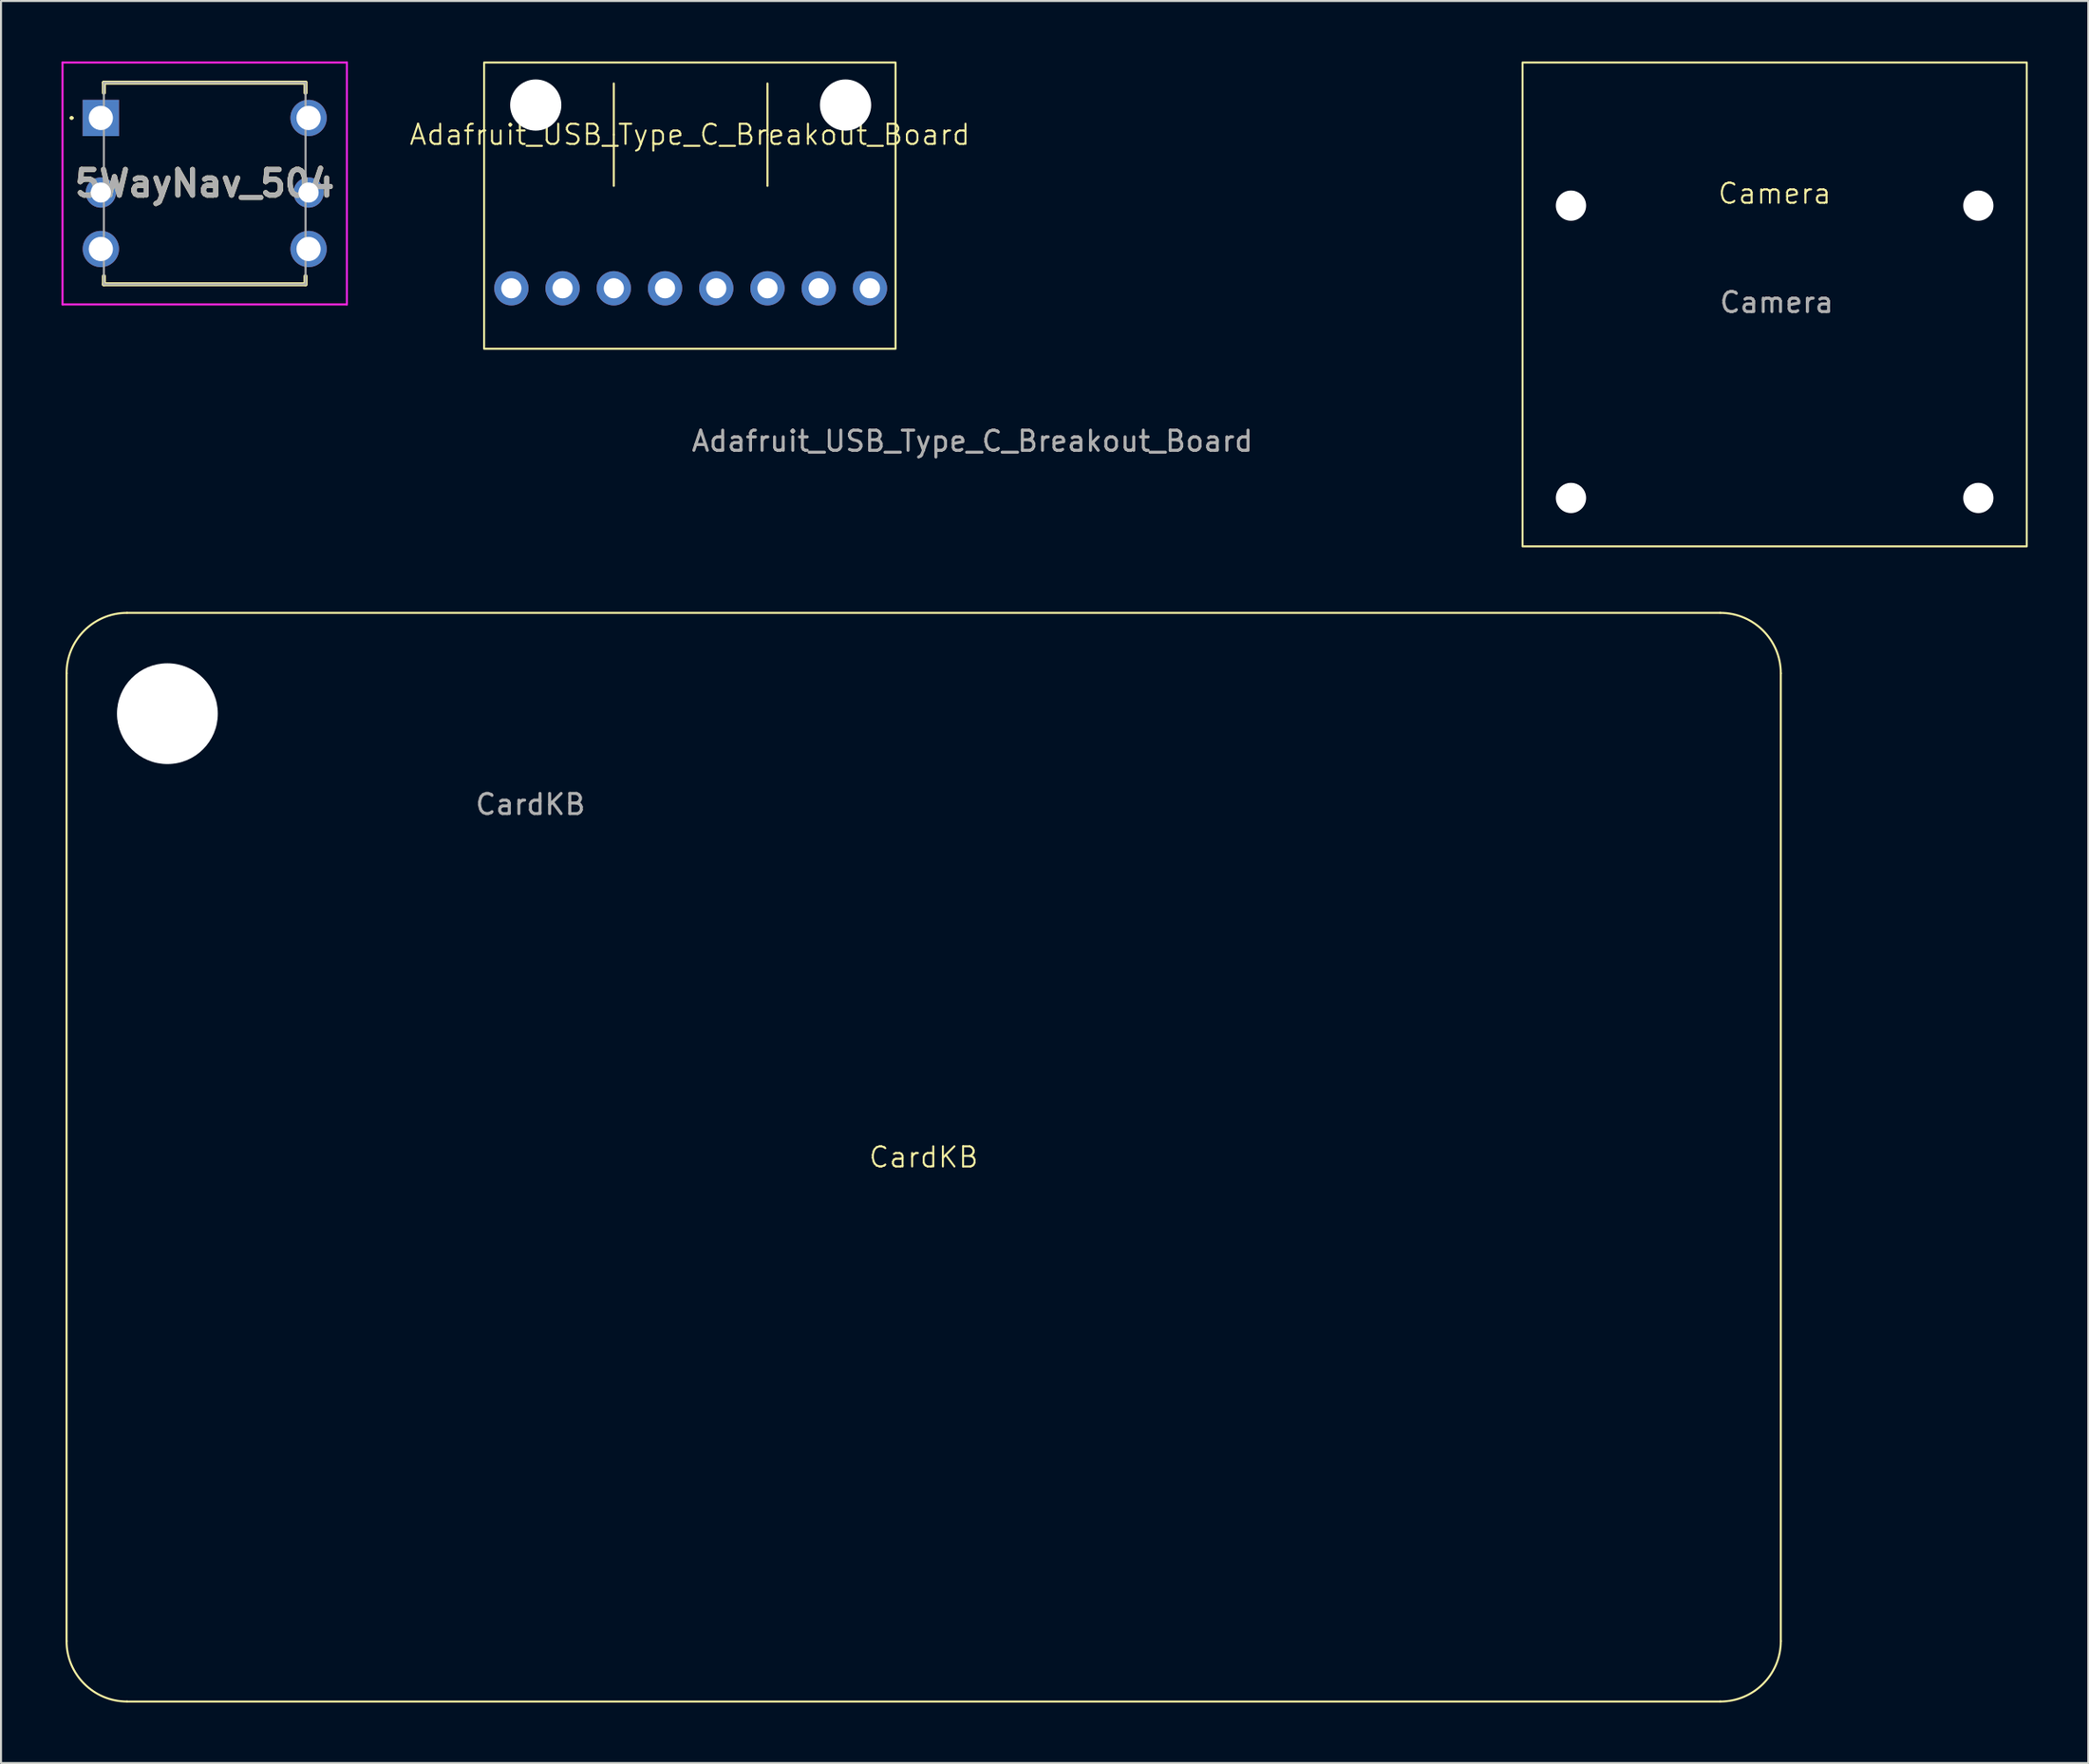
<source format=kicad_pcb>
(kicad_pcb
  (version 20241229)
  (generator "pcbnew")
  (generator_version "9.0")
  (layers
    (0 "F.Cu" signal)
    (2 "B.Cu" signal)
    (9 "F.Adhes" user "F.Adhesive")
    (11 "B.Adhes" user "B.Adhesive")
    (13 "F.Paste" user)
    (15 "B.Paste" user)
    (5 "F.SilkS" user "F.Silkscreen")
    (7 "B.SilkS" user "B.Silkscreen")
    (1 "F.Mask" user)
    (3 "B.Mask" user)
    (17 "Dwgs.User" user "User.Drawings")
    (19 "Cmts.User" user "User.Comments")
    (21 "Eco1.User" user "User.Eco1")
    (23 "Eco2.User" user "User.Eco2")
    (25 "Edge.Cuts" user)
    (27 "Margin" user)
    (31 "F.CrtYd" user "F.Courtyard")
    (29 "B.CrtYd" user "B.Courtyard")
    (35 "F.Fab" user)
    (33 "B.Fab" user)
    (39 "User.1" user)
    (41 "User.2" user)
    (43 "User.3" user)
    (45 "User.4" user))
  (footprint "Camera"
    (layer "F.Cu")
    (at 62.445 10.05)
    (property "Reference" "Camera" (at 22.5 -3.5 0) (unlocked yes) (layer "F.SilkS") (effects (font (size 1 1) (thickness 0.1))))
    (attr through_hole)
    (fp_rect (start 10 -10) (end 35 14) (stroke (width 0.1) (type default)) (fill no) (layer "F.SilkS"))
    (fp_text user "${REFERENCE}" (at 22.6 1.9 0) (unlocked yes) (layer "F.Fab") (effects (font (size 1 1) (thickness 0.15))))
    (pad "" np_thru_hole circle (at 12.4 -2.9 270) (size 1.5 1.5) (drill 2.75) (layers "*.Cu" "*.Mask"))
    (pad "" np_thru_hole circle (at 12.4 11.6 270) (size 1.5 1.5) (drill 2.75) (layers "*.Cu" "*.Mask"))
    (pad "" np_thru_hole circle (at 32.6 -2.9 270) (size 1.5 1.5) (drill 2.75) (layers "*.Cu" "*.Mask"))
    (pad "" np_thru_hole circle (at 32.6 11.6 270) (size 1.5 1.5) (drill 2.75) (layers "*.Cu" "*.Mask")))
  (footprint "Adafruit_USB_Type_C_Breakout_Board"
    (layer "F.Cu")
    (at 45.165 16.33)
    (property "Reference" "Adafruit_USB_Type_C_Breakout_Board" (at -14.01 -12.7 0) (unlocked yes) (layer "F.SilkS") (effects (font (size 1 1) (thickness 0.1))))
    (attr through_hole)
    (fp_line (start -17.78 -15.24) (end -17.78 -12.7) (stroke (width 0.1) (type default)) (layer "F.SilkS"))
    (fp_line (start -17.78 -12.7) (end -17.78 -10.16) (stroke (width 0.1) (type default)) (layer "F.SilkS"))
    (fp_line (start -10.16 -12.7) (end -10.16 -15.24) (stroke (width 0.1) (type default)) (layer "F.SilkS"))
    (fp_line (start -10.16 -12.7) (end -10.16 -10.16) (stroke (width 0.1) (type default)) (layer "F.SilkS"))
    (fp_rect (start -24.21 -16.28) (end -3.81 -2.08) (stroke (width 0.1) (type default)) (fill no) (layer "F.SilkS"))
    (fp_text user "${REFERENCE}" (at 0 2.5 0) (unlocked yes) (layer "F.Fab") (effects (font (size 1 1) (thickness 0.15))))
    (pad "" np_thru_hole circle (at -21.65 -14.17 270) (size 2.54 2.54) (drill 2.54) (layers "*.Cu" "*.Mask"))
    (pad "" np_thru_hole circle (at -6.29 -14.17 270) (size 2.54 2.54) (drill 2.54) (layers "*.Cu" "*.Mask"))
    (pad "CC1" thru_hole circle (at -12.7 -5.08) (size 1.7 1.7) (drill 1) (layers "*.Cu" "*.Mask"))
    (pad "CC2" thru_hole circle (at -22.86 -5.08) (size 1.7 1.7) (drill 1) (layers "*.Cu" "*.Mask"))
    (pad "D+" thru_hole circle (at -17.78 -5.08) (size 1.7 1.7) (drill 1) (layers "*.Cu" "*.Mask"))
    (pad "D-" thru_hole circle (at -15.24 -5.08) (size 1.7 1.7) (drill 1) (layers "*.Cu" "*.Mask"))
    (pad "GND" thru_hole circle (at -5.08 -5.08) (size 1.7 1.7) (drill 1) (layers "*.Cu" "*.Mask"))
    (pad "SBU1" thru_hole circle (at -20.32 -5.08) (size 1.7 1.7) (drill 1) (layers "*.Cu" "*.Mask"))
    (pad "SBU2" thru_hole circle (at -10.16 -5.08) (size 1.7 1.7) (drill 1) (layers "*.Cu" "*.Mask"))
    (pad "VBUS" thru_hole circle (at -7.62 -5.08) (size 1.7 1.7) (drill 1) (layers "*.Cu" "*.Mask")))
  (footprint "CardKB"
    (layer "F.Cu")
    (at 0.25 27.35)
    (property "Reference" "CardKB" (at 42.5 27 0) (unlocked yes) (layer "F.SilkS") (effects (font (size 1 1) (thickness 0.1))))
    (attr through_hole)
    (fp_line (start 0 51) (end 0 3) (stroke (width 0.1) (type default)) (layer "F.SilkS"))
    (fp_line (start 3 0) (end 82 0) (stroke (width 0.1) (type default)) (layer "F.SilkS"))
    (fp_line (start 82 54) (end 3 54) (stroke (width 0.1) (type default)) (layer "F.SilkS"))
    (fp_line (start 85 3) (end 85 51) (stroke (width 0.1) (type default)) (layer "F.SilkS"))
    (fp_arc (start 0 3) (mid 0.87868 0.87868) (end 3 0) (stroke (width 0.1) (type default)) (layer "F.SilkS"))
    (fp_arc (start 3 54) (mid 0.87868 53.12132) (end 0 51) (stroke (width 0.1) (type default)) (layer "F.SilkS"))
    (fp_arc (start 82 0) (mid 84.12132 0.87868) (end 85 3) (stroke (width 0.1) (type default)) (layer "F.SilkS"))
    (fp_arc (start 85 51) (mid 84.12132 53.12132) (end 82 54) (stroke (width 0.1) (type default)) (layer "F.SilkS"))
    (fp_text user "${REFERENCE}" (at 23 9.5 0) (unlocked yes) (layer "F.Fab") (effects (font (size 1 1) (thickness 0.15))))
    (pad "" np_thru_hole circle (at 5 5 270) (size 5 5) (drill 5) (layers "*.Cu" "*.Mask")))
  (footprint "5WayNav_504"
    (layer "F.Cu")
    (at 1.95 2.8)
    (property "Reference" "5WayNav_504" (at 5.15 3.25 0) (layer "F.SilkS") (effects (font (size 1.27 1.27) (thickness 0.254))))
    (attr through_hole)
    (fp_line (start -1.5 0) (end -1.5 0) (stroke (width 0.1) (type solid)) (layer "F.SilkS"))
    (fp_line (start -1.4 0) (end -1.4 0) (stroke (width 0.1) (type solid)) (layer "F.SilkS"))
    (fp_line (start 0.15 -1.75) (end 10.15 -1.75) (stroke (width 0.2) (type solid)) (layer "F.SilkS"))
    (fp_line (start 0.15 -1.25) (end 0.15 -1.75) (stroke (width 0.2) (type solid)) (layer "F.SilkS"))
    (fp_line (start 0.15 7.85) (end 0.15 8.25) (stroke (width 0.2) (type solid)) (layer "F.SilkS"))
    (fp_line (start 0.15 8.25) (end 10.15 8.25) (stroke (width 0.2) (type solid)) (layer "F.SilkS"))
    (fp_line (start 10.15 -1.75) (end 10.15 -1.25) (stroke (width 0.2) (type solid)) (layer "F.SilkS"))
    (fp_line (start 10.15 8.25) (end 10.15 7.85) (stroke (width 0.2) (type solid)) (layer "F.SilkS"))
    (fp_arc (start -1.5 0) (mid -1.45 -0.05) (end -1.4 0) (stroke (width 0.1) (type solid)) (layer "F.SilkS"))
    (fp_arc (start -1.4 0) (mid -1.45 0.05) (end -1.5 0) (stroke (width 0.1) (type solid)) (layer "F.SilkS"))
    (fp_line (start -1.9 -2.75) (end 12.2 -2.75) (stroke (width 0.1) (type solid)) (layer "F.CrtYd"))
    (fp_line (start -1.9 9.25) (end -1.9 -2.75) (stroke (width 0.1) (type solid)) (layer "F.CrtYd"))
    (fp_line (start 12.2 -2.75) (end 12.2 9.25) (stroke (width 0.1) (type solid)) (layer "F.CrtYd"))
    (fp_line (start 12.2 9.25) (end -1.9 9.25) (stroke (width 0.1) (type solid)) (layer "F.CrtYd"))
    (fp_line (start 0.15 -1.75) (end 10.15 -1.75) (stroke (width 0.1) (type solid)) (layer "F.Fab"))
    (fp_line (start 0.15 8.25) (end 0.15 -1.75) (stroke (width 0.1) (type solid)) (layer "F.Fab"))
    (fp_line (start 10.15 -1.75) (end 10.15 8.25) (stroke (width 0.1) (type solid)) (layer "F.Fab"))
    (fp_line (start 10.15 8.25) (end 0.15 8.25) (stroke (width 0.1) (type solid)) (layer "F.Fab"))
    (fp_text user "${REFERENCE}" (at 5.15 3.25 0) (layer "F.Fab") (effects (font (size 1.27 1.27) (thickness 0.254))))
    (pad "1" thru_hole rect (at 0 0) (size 1.8 1.8) (drill 1.2) (layers "*.Cu" "*.Mask"))
    (pad "2" thru_hole circle (at 0 3.7) (size 1.5 1.5) (drill 1) (layers "*.Cu" "*.Mask"))
    (pad "3" thru_hole circle (at 0 6.5) (size 1.8 1.8) (drill 1.2) (layers "*.Cu" "*.Mask"))
    (pad "4" thru_hole circle (at 10.3 6.5) (size 1.8 1.8) (drill 1.2) (layers "*.Cu" "*.Mask"))
    (pad "5" thru_hole circle (at 10.3 3.7) (size 1.5 1.5) (drill 1) (layers "*.Cu" "*.Mask"))
    (pad "6" thru_hole circle (at 10.3 0) (size 1.8 1.8) (drill 1.2) (layers "*.Cu" "*.Mask")))
  (gr_rect
    (start -3 -3)
    (end 100.495 84.4)
    (stroke (width 0.1) (type default))
    (fill no)
    (layer "Edge.Cuts")))
</source>
